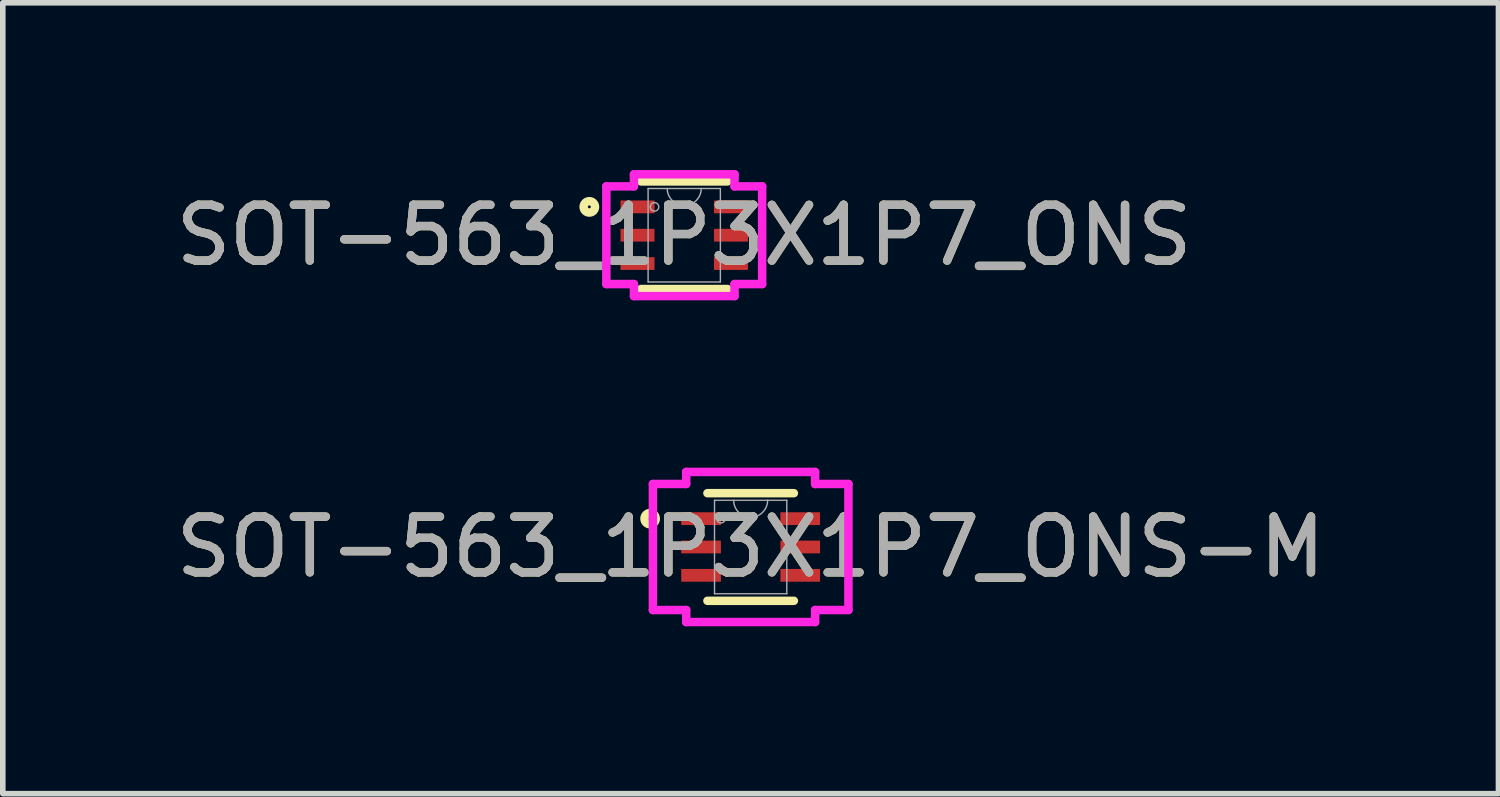
<source format=kicad_pcb>
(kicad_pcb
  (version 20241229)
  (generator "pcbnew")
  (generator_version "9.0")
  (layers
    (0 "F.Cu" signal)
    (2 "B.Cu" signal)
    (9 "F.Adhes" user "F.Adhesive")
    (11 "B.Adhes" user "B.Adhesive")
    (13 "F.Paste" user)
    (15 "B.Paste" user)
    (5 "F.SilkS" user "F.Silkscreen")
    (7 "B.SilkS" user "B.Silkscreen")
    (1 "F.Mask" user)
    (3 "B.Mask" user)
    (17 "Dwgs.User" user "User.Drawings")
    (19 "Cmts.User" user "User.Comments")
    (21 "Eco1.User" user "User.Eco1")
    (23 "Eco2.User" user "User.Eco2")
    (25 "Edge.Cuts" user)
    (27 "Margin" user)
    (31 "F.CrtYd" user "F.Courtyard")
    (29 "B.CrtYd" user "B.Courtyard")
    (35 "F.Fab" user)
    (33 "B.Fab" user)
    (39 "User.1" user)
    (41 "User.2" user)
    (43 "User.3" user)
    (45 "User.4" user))
  (footprint "SOT-563_1P3X1P7_ONS-M"
    (layer "F.Cu")
    (at 10.411 6.759)
    (property "Reference" "SOT-563_1P3X1P7_ONS-M" (at 0 0 0) (unlocked yes) (layer "F.SilkS") (effects (font (size 1 1) (thickness 0.15))))
    (attr smd)
    (fp_line (start -0.775 0.965) (end 0.775 0.965) (stroke (width 0.152) (type solid)) (layer "F.SilkS"))
    (fp_line (start 0.775 -0.965) (end -0.775 -0.965) (stroke (width 0.152) (type solid)) (layer "F.SilkS"))
    (fp_circle (center -1.803 -0.508) (end -1.702 -0.508) (stroke (width 0.152) (type solid)) (fill no) (layer "F.SilkS"))
    (fp_line (start -1.753 -1.13) (end -1.156 -1.13) (stroke (width 0.152) (type solid)) (layer "F.CrtYd"))
    (fp_line (start -1.753 1.13) (end -1.753 -1.13) (stroke (width 0.152) (type solid)) (layer "F.CrtYd"))
    (fp_line (start -1.753 1.13) (end -1.156 1.13) (stroke (width 0.152) (type solid)) (layer "F.CrtYd"))
    (fp_line (start -1.156 -1.346) (end 1.156 -1.346) (stroke (width 0.152) (type solid)) (layer "F.CrtYd"))
    (fp_line (start -1.156 -1.13) (end -1.156 -1.346) (stroke (width 0.152) (type solid)) (layer "F.CrtYd"))
    (fp_line (start -1.156 1.346) (end -1.156 1.13) (stroke (width 0.152) (type solid)) (layer "F.CrtYd"))
    (fp_line (start 1.156 -1.346) (end 1.156 -1.13) (stroke (width 0.152) (type solid)) (layer "F.CrtYd"))
    (fp_line (start 1.156 1.13) (end 1.156 1.346) (stroke (width 0.152) (type solid)) (layer "F.CrtYd"))
    (fp_line (start 1.156 1.346) (end -1.156 1.346) (stroke (width 0.152) (type solid)) (layer "F.CrtYd"))
    (fp_line (start 1.753 -1.13) (end 1.156 -1.13) (stroke (width 0.152) (type solid)) (layer "F.CrtYd"))
    (fp_line (start 1.753 -1.13) (end 1.753 1.13) (stroke (width 0.152) (type solid)) (layer "F.CrtYd"))
    (fp_line (start 1.753 1.13) (end 1.156 1.13) (stroke (width 0.152) (type solid)) (layer "F.CrtYd"))
    (fp_line (start -0.648 -0.838) (end -0.648 0.838) (stroke (width 0.025) (type solid)) (layer "F.Fab"))
    (fp_line (start -0.648 0.838) (end 0.648 0.838) (stroke (width 0.025) (type solid)) (layer "F.Fab"))
    (fp_line (start 0.648 -0.838) (end -0.648 -0.838) (stroke (width 0.025) (type solid)) (layer "F.Fab"))
    (fp_line (start 0.648 0.838) (end 0.648 -0.838) (stroke (width 0.025) (type solid)) (layer "F.Fab"))
    (fp_arc (start 0.3048 -0.8382) (mid 0 -0.5334) (end -0.3048 -0.8382) (stroke (width 0.0254) (type solid)) (layer "F.Fab"))
    (fp_circle (center -0.533 -0.508) (end -0.457 -0.508) (stroke (width 0.025) (type solid)) (fill no) (layer "F.Fab"))
    (fp_text user "${REFERENCE}" (at 0 0 0) (unlocked yes) (layer "F.Fab") (effects (font (size 1 1) (thickness 0.15))))
    (pad "1" smd rect (at -0.889 -0.508) (size 0.711 0.229) (layers "F.Cu" "F.Mask" "F.Paste"))
    (pad "2" smd rect (at -0.889 0) (size 0.711 0.229) (layers "F.Cu" "F.Mask" "F.Paste"))
    (pad "3" smd rect (at -0.889 0.508) (size 0.711 0.229) (layers "F.Cu" "F.Mask" "F.Paste"))
    (pad "4" smd rect (at 0.889 0.508) (size 0.711 0.229) (layers "F.Cu" "F.Mask" "F.Paste"))
    (pad "5" smd rect (at 0.889 0) (size 0.711 0.229) (layers "F.Cu" "F.Mask" "F.Paste"))
    (pad "6" smd rect (at 0.889 -0.508) (size 0.711 0.229) (layers "F.Cu" "F.Mask" "F.Paste")))
  (footprint "SOT-563_1P3X1P7_ONS"
    (layer "F.Cu")
    (at 9.22 1.168)
    (property "Reference" "SOT-563_1P3X1P7_ONS" (at 0 0 0) (unlocked yes) (layer "F.SilkS") (effects (font (size 1 1) (thickness 0.15))))
    (attr smd)
    (fp_line (start -0.775 0.965) (end 0.775 0.965) (stroke (width 0.152) (type solid)) (layer "F.SilkS"))
    (fp_line (start 0.775 -0.965) (end -0.775 -0.965) (stroke (width 0.152) (type solid)) (layer "F.SilkS"))
    (fp_circle (center -1.702 -0.508) (end -1.6 -0.508) (stroke (width 0.152) (type solid)) (fill no) (layer "F.SilkS"))
    (fp_line (start -1.397 -0.876) (end -0.902 -0.876) (stroke (width 0.152) (type solid)) (layer "F.CrtYd"))
    (fp_line (start -1.397 0.876) (end -1.397 -0.876) (stroke (width 0.152) (type solid)) (layer "F.CrtYd"))
    (fp_line (start -1.397 0.876) (end -0.902 0.876) (stroke (width 0.152) (type solid)) (layer "F.CrtYd"))
    (fp_line (start -0.902 -1.092) (end 0.902 -1.092) (stroke (width 0.152) (type solid)) (layer "F.CrtYd"))
    (fp_line (start -0.902 -0.876) (end -0.902 -1.092) (stroke (width 0.152) (type solid)) (layer "F.CrtYd"))
    (fp_line (start -0.902 1.092) (end -0.902 0.876) (stroke (width 0.152) (type solid)) (layer "F.CrtYd"))
    (fp_line (start 0.902 -1.092) (end 0.902 -0.876) (stroke (width 0.152) (type solid)) (layer "F.CrtYd"))
    (fp_line (start 0.902 0.876) (end 0.902 1.092) (stroke (width 0.152) (type solid)) (layer "F.CrtYd"))
    (fp_line (start 0.902 1.092) (end -0.902 1.092) (stroke (width 0.152) (type solid)) (layer "F.CrtYd"))
    (fp_line (start 1.397 -0.876) (end 0.902 -0.876) (stroke (width 0.152) (type solid)) (layer "F.CrtYd"))
    (fp_line (start 1.397 -0.876) (end 1.397 0.876) (stroke (width 0.152) (type solid)) (layer "F.CrtYd"))
    (fp_line (start 1.397 0.876) (end 0.902 0.876) (stroke (width 0.152) (type solid)) (layer "F.CrtYd"))
    (fp_line (start -0.648 -0.838) (end -0.648 0.838) (stroke (width 0.025) (type solid)) (layer "F.Fab"))
    (fp_line (start -0.648 0.838) (end 0.648 0.838) (stroke (width 0.025) (type solid)) (layer "F.Fab"))
    (fp_line (start 0.648 -0.838) (end -0.648 -0.838) (stroke (width 0.025) (type solid)) (layer "F.Fab"))
    (fp_line (start 0.648 0.838) (end 0.648 -0.838) (stroke (width 0.025) (type solid)) (layer "F.Fab"))
    (fp_arc (start 0.3048 -0.8382) (mid 0 -0.5334) (end -0.3048 -0.8382) (stroke (width 0.0254) (type solid)) (layer "F.Fab"))
    (fp_circle (center -0.533 -0.508) (end -0.457 -0.508) (stroke (width 0.025) (type solid)) (fill no) (layer "F.Fab"))
    (fp_text user "${REFERENCE}" (at 0 0 0) (unlocked yes) (layer "F.Fab") (effects (font (size 1 1) (thickness 0.15))))
    (pad "1" smd rect (at -0.838 -0.508) (size 0.61 0.229) (layers "F.Cu" "F.Mask" "F.Paste"))
    (pad "2" smd rect (at -0.838 0) (size 0.61 0.229) (layers "F.Cu" "F.Mask" "F.Paste"))
    (pad "3" smd rect (at -0.838 0.508) (size 0.61 0.229) (layers "F.Cu" "F.Mask" "F.Paste"))
    (pad "4" smd rect (at 0.838 0.508) (size 0.61 0.229) (layers "F.Cu" "F.Mask" "F.Paste"))
    (pad "5" smd rect (at 0.838 0) (size 0.61 0.229) (layers "F.Cu" "F.Mask" "F.Paste"))
    (pad "6" smd rect (at 0.838 -0.508) (size 0.61 0.229) (layers "F.Cu" "F.Mask" "F.Paste"))
    (zone (net_name "") (layer "F.Cu") (name "keepout") (hatch edge 0.5) (connect_pads) (min_thickness 0.25) (filled_areas_thickness no) (keepout (tracks allowed) (vias allowed) (pads allowed) (copperpour not_allowed) (footprints allowed)) (placement (enabled no)) (fill) (polygon (pts (xy 10.12 2.268) (xy 8.32 2.268) (xy 8.32 2.068) (xy 7.82 2.068) (xy 7.82 0.268) (xy 8.32 0.268) (xy 8.32 0.068) (xy 10.12 0.068) (xy 10.12 0.268) (xy 10.62 0.268) (xy 10.62 2.018) (xy 10.12 2.018)))))
  (gr_rect
    (start -3 -3)
    (end 23.821 11.182)
    (stroke (width 0.1) (type default))
    (fill no)
    (layer "Edge.Cuts")))
</source>
